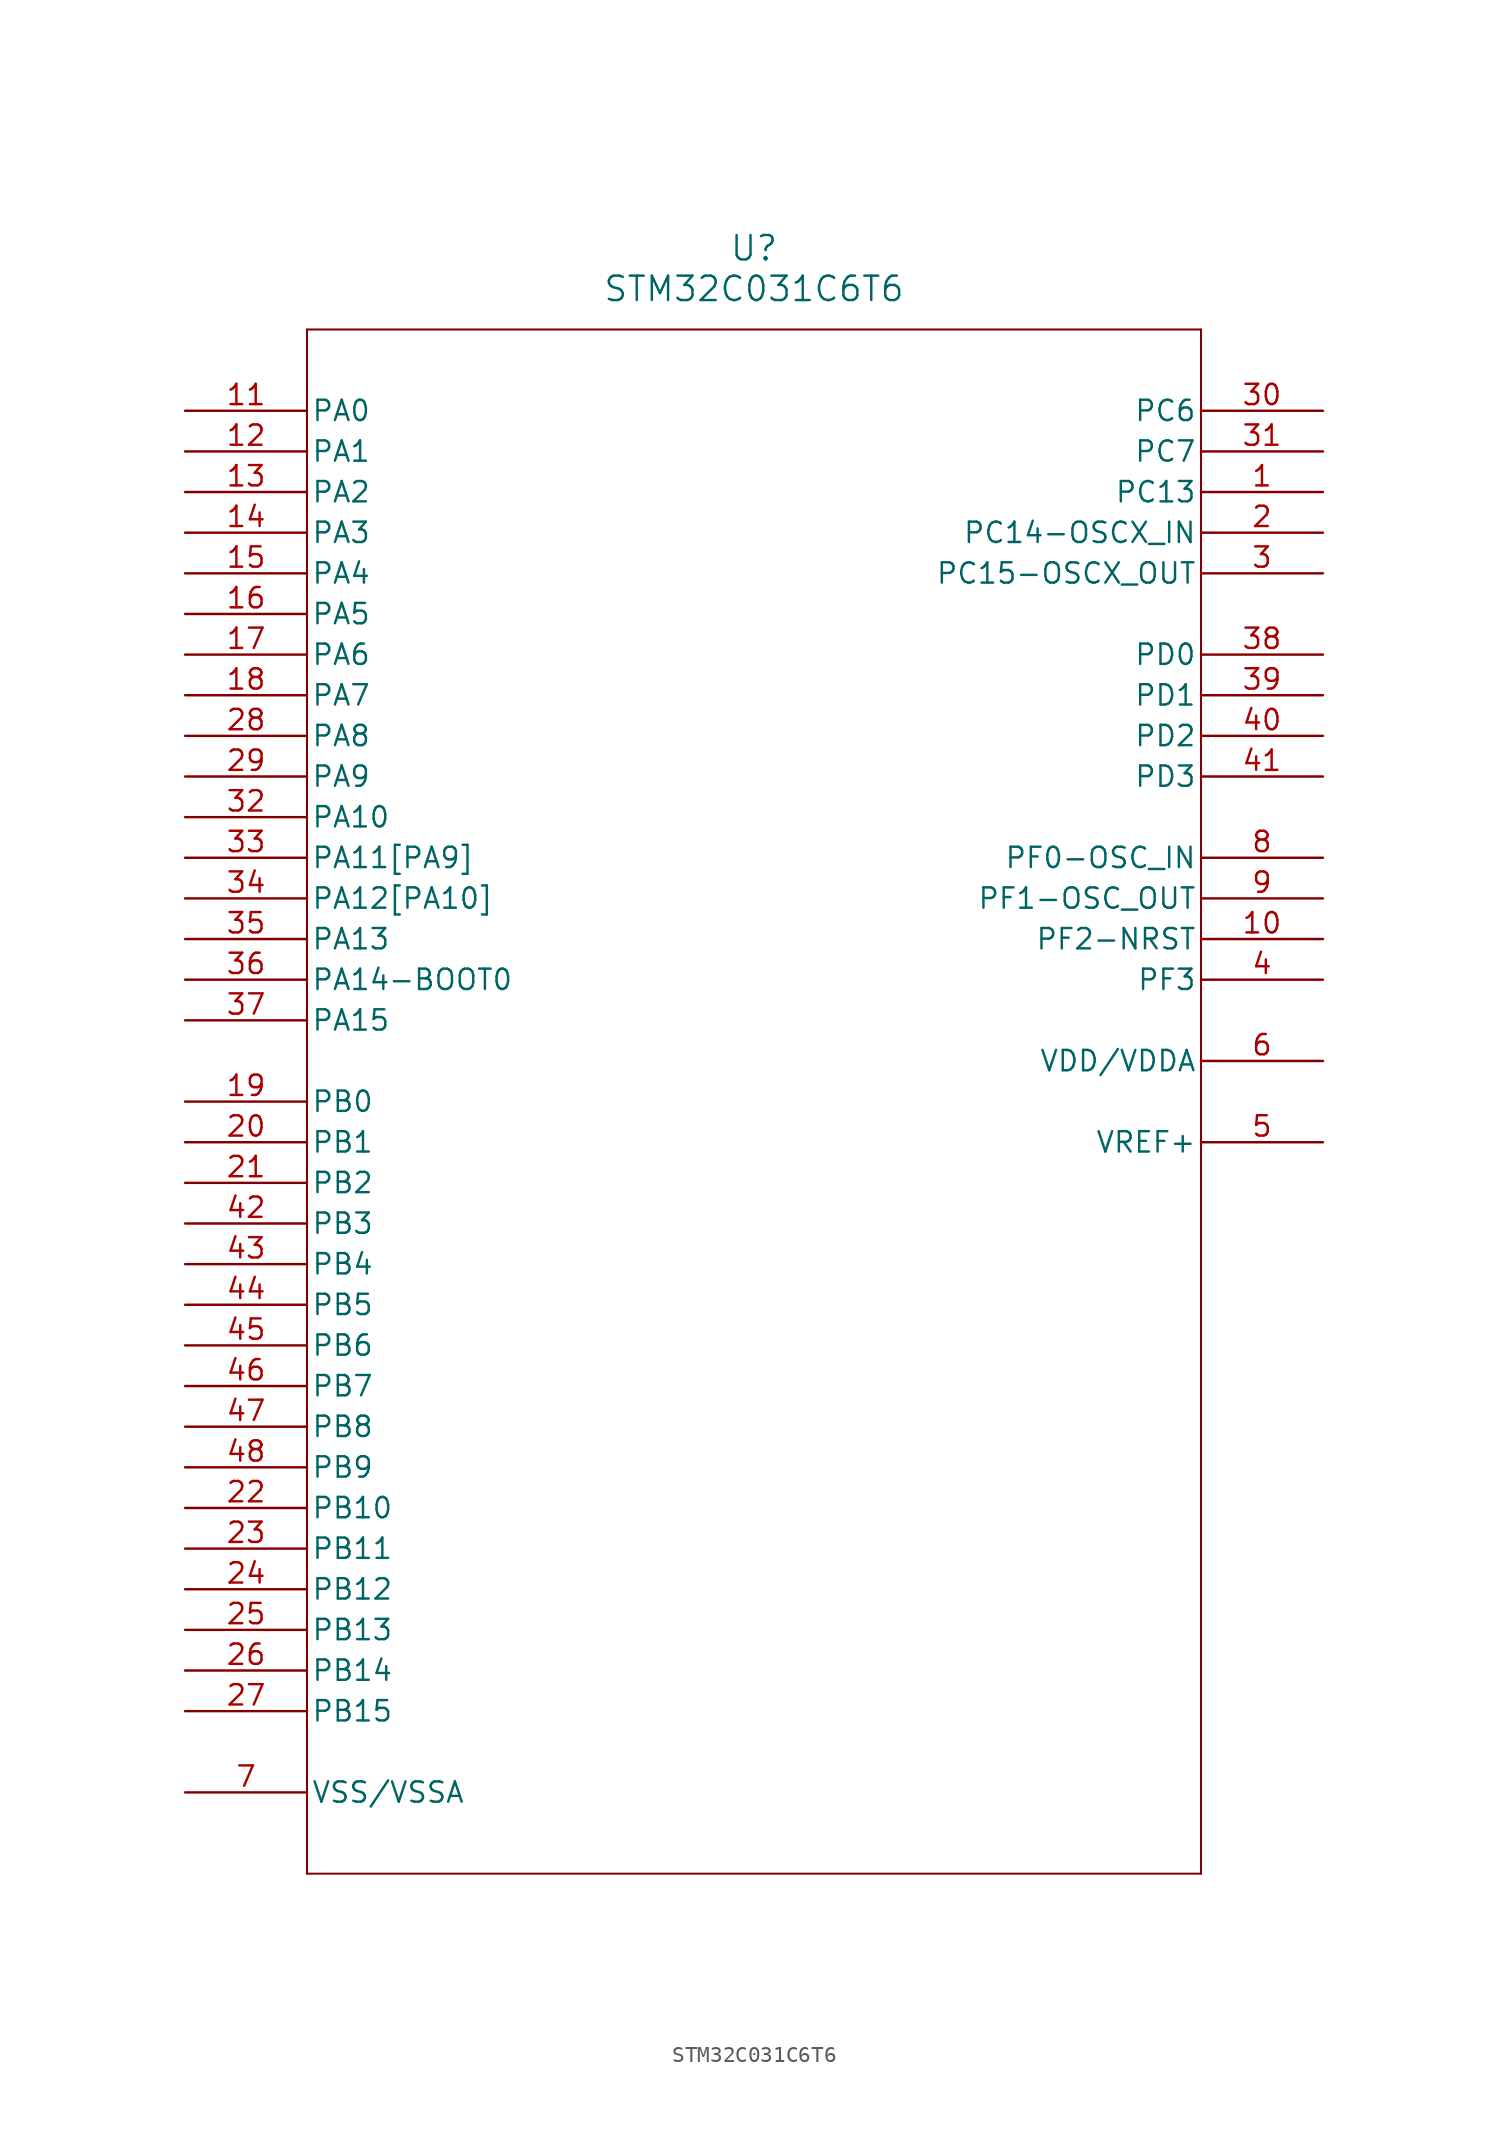
<source format=kicad_sym>
(kicad_symbol_lib
  (version 20211014)
  (generator kicad_symbol_editor)
  (symbol "STM32C031C6T6"
    (pin_names
      (offset 0.254))
    (property "Reference" "U"
      (at 35.56 10.16 0)
      (effects (font (size 1.524 1.524))))
    (property "Value" "STM32C031C6T6"
      (at 35.56 7.62 0)
      (effects (font (size 1.524 1.524))))
    (symbol "STM32C031C6T6_0_1"
      (polyline (pts (xy 7.62 5.08) (xy 7.62 -91.44)) (stroke (width 0.127) (type default) (color 0 0 0 0)) (fill (type none)))
      (polyline (pts (xy 7.62 -91.44) (xy 63.5 -91.44)) (stroke (width 0.127) (type default) (color 0 0 0 0)) (fill (type none)))
      (polyline (pts (xy 63.5 -91.44) (xy 63.5 5.08)) (stroke (width 0.127) (type default) (color 0 0 0 0)) (fill (type none)))
      (polyline (pts (xy 63.5 5.08) (xy 7.62 5.08)) (stroke (width 0.127) (type default) (color 0 0 0 0)) (fill (type none)))
      (pin bidirectional line (at 71.12 -5.08 180) (length 7.62) (name "PC13" (effects (font (size 1.27 1.27)))) (number "1" (effects (font (size 1.27 1.27)))))
      (pin bidirectional line (at 71.12 -7.62 180) (length 7.62) (name "PC14-OSCX_IN" (effects (font (size 1.27 1.27)))) (number "2" (effects (font (size 1.27 1.27)))))
      (pin bidirectional line (at 71.12 -10.16 180) (length 7.62) (name "PC15-OSCX_OUT" (effects (font (size 1.27 1.27)))) (number "3" (effects (font (size 1.27 1.27)))))
      (pin bidirectional line (at 71.12 -35.56 180) (length 7.62) (name "PF3" (effects (font (size 1.27 1.27)))) (number "4" (effects (font (size 1.27 1.27)))))
      (pin power_in line (at 71.12 -45.72 180) (length 7.62) (name "VREF+" (effects (font (size 1.27 1.27)))) (number "5" (effects (font (size 1.27 1.27)))))
      (pin power_in line (at 71.12 -40.64 180) (length 7.62) (name "VDD/VDDA" (effects (font (size 1.27 1.27)))) (number "6" (effects (font (size 1.27 1.27)))))
      (pin power_in line (at 0 -86.36 0) (length 7.62) (name "VSS/VSSA" (effects (font (size 1.27 1.27)))) (number "7" (effects (font (size 1.27 1.27)))))
      (pin bidirectional line (at 71.12 -27.94 180) (length 7.62) (name "PF0-OSC_IN" (effects (font (size 1.27 1.27)))) (number "8" (effects (font (size 1.27 1.27)))))
      (pin bidirectional line (at 71.12 -30.48 180) (length 7.62) (name "PF1-OSC_OUT" (effects (font (size 1.27 1.27)))) (number "9" (effects (font (size 1.27 1.27)))))
      (pin bidirectional line (at 71.12 -33.02 180) (length 7.62) (name "PF2-NRST" (effects (font (size 1.27 1.27)))) (number "10" (effects (font (size 1.27 1.27)))))
      (pin bidirectional line (at 0 0 0) (length 7.62) (name "PA0" (effects (font (size 1.27 1.27)))) (number "11" (effects (font (size 1.27 1.27)))))
      (pin bidirectional line (at 0 -2.54 0) (length 7.62) (name "PA1" (effects (font (size 1.27 1.27)))) (number "12" (effects (font (size 1.27 1.27)))))
      (pin bidirectional line (at 0 -5.08 0) (length 7.62) (name "PA2" (effects (font (size 1.27 1.27)))) (number "13" (effects (font (size 1.27 1.27)))))
      (pin bidirectional line (at 0 -7.62 0) (length 7.62) (name "PA3" (effects (font (size 1.27 1.27)))) (number "14" (effects (font (size 1.27 1.27)))))
      (pin bidirectional line (at 0 -10.16 0) (length 7.62) (name "PA4" (effects (font (size 1.27 1.27)))) (number "15" (effects (font (size 1.27 1.27)))))
      (pin bidirectional line (at 0 -12.7 0) (length 7.62) (name "PA5" (effects (font (size 1.27 1.27)))) (number "16" (effects (font (size 1.27 1.27)))))
      (pin bidirectional line (at 0 -15.24 0) (length 7.62) (name "PA6" (effects (font (size 1.27 1.27)))) (number "17" (effects (font (size 1.27 1.27)))))
      (pin bidirectional line (at 0 -17.78 0) (length 7.62) (name "PA7" (effects (font (size 1.27 1.27)))) (number "18" (effects (font (size 1.27 1.27)))))
      (pin bidirectional line (at 0 -43.18 0) (length 7.62) (name "PB0" (effects (font (size 1.27 1.27)))) (number "19" (effects (font (size 1.27 1.27)))))
      (pin bidirectional line (at 0 -45.72 0) (length 7.62) (name "PB1" (effects (font (size 1.27 1.27)))) (number "20" (effects (font (size 1.27 1.27)))))
      (pin bidirectional line (at 0 -48.26 0) (length 7.62) (name "PB2" (effects (font (size 1.27 1.27)))) (number "21" (effects (font (size 1.27 1.27)))))
      (pin bidirectional line (at 0 -68.58 0) (length 7.62) (name "PB10" (effects (font (size 1.27 1.27)))) (number "22" (effects (font (size 1.27 1.27)))))
      (pin bidirectional line (at 0 -71.12 0) (length 7.62) (name "PB11" (effects (font (size 1.27 1.27)))) (number "23" (effects (font (size 1.27 1.27)))))
      (pin bidirectional line (at 0 -73.66 0) (length 7.62) (name "PB12" (effects (font (size 1.27 1.27)))) (number "24" (effects (font (size 1.27 1.27)))))
      (pin bidirectional line (at 0 -76.2 0) (length 7.62) (name "PB13" (effects (font (size 1.27 1.27)))) (number "25" (effects (font (size 1.27 1.27)))))
      (pin bidirectional line (at 0 -78.74 0) (length 7.62) (name "PB14" (effects (font (size 1.27 1.27)))) (number "26" (effects (font (size 1.27 1.27)))))
      (pin bidirectional line (at 0 -81.28 0) (length 7.62) (name "PB15" (effects (font (size 1.27 1.27)))) (number "27" (effects (font (size 1.27 1.27)))))
      (pin bidirectional line (at 0 -20.32 0) (length 7.62) (name "PA8" (effects (font (size 1.27 1.27)))) (number "28" (effects (font (size 1.27 1.27)))))
      (pin bidirectional line (at 0 -22.86 0) (length 7.62) (name "PA9" (effects (font (size 1.27 1.27)))) (number "29" (effects (font (size 1.27 1.27)))))
      (pin bidirectional line (at 71.12 0 180) (length 7.62) (name "PC6" (effects (font (size 1.27 1.27)))) (number "30" (effects (font (size 1.27 1.27)))))
      (pin bidirectional line (at 71.12 -2.54 180) (length 7.62) (name "PC7" (effects (font (size 1.27 1.27)))) (number "31" (effects (font (size 1.27 1.27)))))
      (pin bidirectional line (at 0 -25.4 0) (length 7.62) (name "PA10" (effects (font (size 1.27 1.27)))) (number "32" (effects (font (size 1.27 1.27)))))
      (pin bidirectional line (at 0 -27.94 0) (length 7.62) (name "PA11[PA9]" (effects (font (size 1.27 1.27)))) (number "33" (effects (font (size 1.27 1.27)))))
      (pin bidirectional line (at 0 -30.48 0) (length 7.62) (name "PA12[PA10]" (effects (font (size 1.27 1.27)))) (number "34" (effects (font (size 1.27 1.27)))))
      (pin bidirectional line (at 0 -33.02 0) (length 7.62) (name "PA13" (effects (font (size 1.27 1.27)))) (number "35" (effects (font (size 1.27 1.27)))))
      (pin bidirectional line (at 0 -35.56 0) (length 7.62) (name "PA14-BOOT0" (effects (font (size 1.27 1.27)))) (number "36" (effects (font (size 1.27 1.27)))))
      (pin bidirectional line (at 0 -38.1 0) (length 7.62) (name "PA15" (effects (font (size 1.27 1.27)))) (number "37" (effects (font (size 1.27 1.27)))))
      (pin bidirectional line (at 71.12 -15.24 180) (length 7.62) (name "PD0" (effects (font (size 1.27 1.27)))) (number "38" (effects (font (size 1.27 1.27)))))
      (pin bidirectional line (at 71.12 -17.78 180) (length 7.62) (name "PD1" (effects (font (size 1.27 1.27)))) (number "39" (effects (font (size 1.27 1.27)))))
      (pin bidirectional line (at 71.12 -20.32 180) (length 7.62) (name "PD2" (effects (font (size 1.27 1.27)))) (number "40" (effects (font (size 1.27 1.27)))))
      (pin bidirectional line (at 71.12 -22.86 180) (length 7.62) (name "PD3" (effects (font (size 1.27 1.27)))) (number "41" (effects (font (size 1.27 1.27)))))
      (pin bidirectional line (at 0 -50.8 0) (length 7.62) (name "PB3" (effects (font (size 1.27 1.27)))) (number "42" (effects (font (size 1.27 1.27)))))
      (pin bidirectional line (at 0 -53.34 0) (length 7.62) (name "PB4" (effects (font (size 1.27 1.27)))) (number "43" (effects (font (size 1.27 1.27)))))
      (pin bidirectional line (at 0 -55.88 0) (length 7.62) (name "PB5" (effects (font (size 1.27 1.27)))) (number "44" (effects (font (size 1.27 1.27)))))
      (pin bidirectional line (at 0 -58.42 0) (length 7.62) (name "PB6" (effects (font (size 1.27 1.27)))) (number "45" (effects (font (size 1.27 1.27)))))
      (pin bidirectional line (at 0 -60.96 0) (length 7.62) (name "PB7" (effects (font (size 1.27 1.27)))) (number "46" (effects (font (size 1.27 1.27)))))
      (pin bidirectional line (at 0 -63.5 0) (length 7.62) (name "PB8" (effects (font (size 1.27 1.27)))) (number "47" (effects (font (size 1.27 1.27)))))
      (pin bidirectional line (at 0 -66.04 0) (length 7.62) (name "PB9" (effects (font (size 1.27 1.27)))) (number "48" (effects (font (size 1.27 1.27))))))))
</source>
